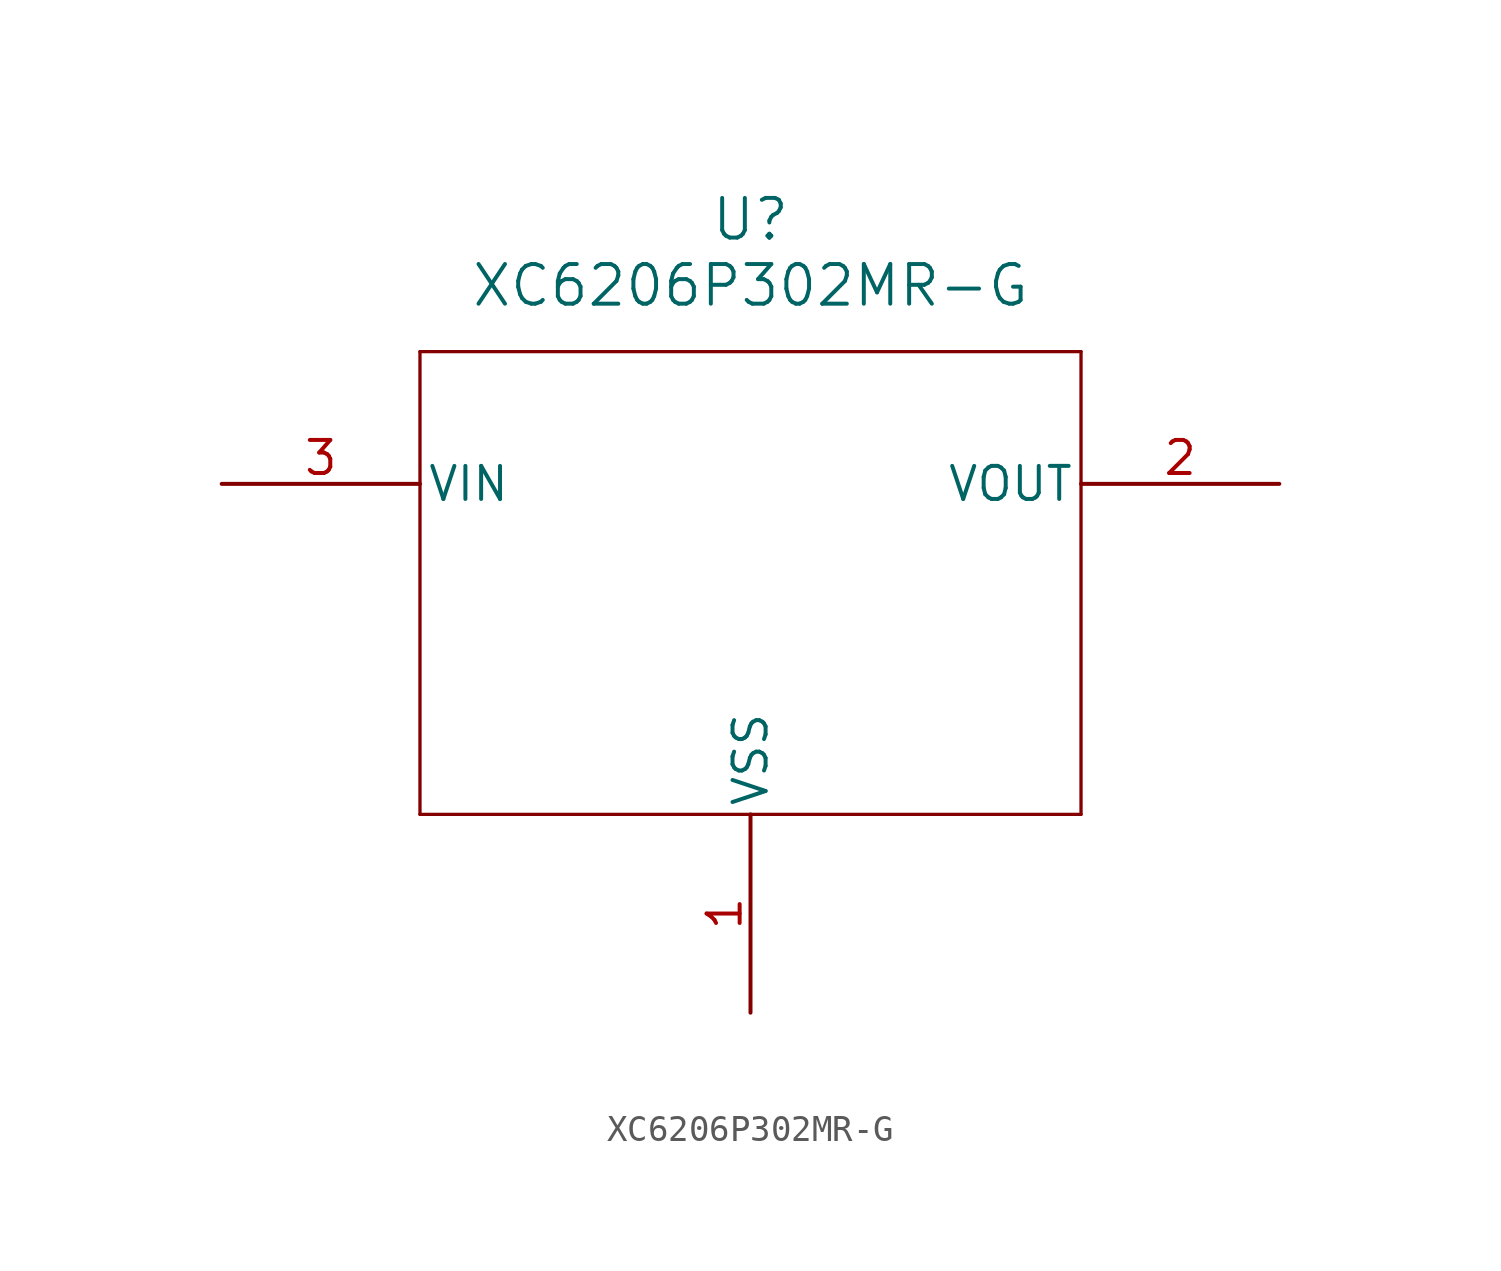
<source format=kicad_sym>
(kicad_symbol_lib
  (version 20211014)
  (generator kicad_symbol_editor)
  (symbol "XC6206P302MR-G"
    (pin_names
      (offset 0.254))
    (property "Reference" "U"
      (at 20.32 10.16 0)
      (effects (font (size 1.524 1.524))))
    (property "Value" "XC6206P302MR-G"
      (at 20.32 7.62 0)
      (effects (font (size 1.524 1.524))))
    (symbol "XC6206P302MR-G_0_1"
      (polyline (pts (xy 7.62 5.08) (xy 7.62 -12.7)) (stroke (width 0.127) (type default) (color 0 0 0 0)) (fill (type none)))
      (polyline (pts (xy 7.62 -12.7) (xy 33.02 -12.7)) (stroke (width 0.127) (type default) (color 0 0 0 0)) (fill (type none)))
      (polyline (pts (xy 33.02 -12.7) (xy 33.02 5.08)) (stroke (width 0.127) (type default) (color 0 0 0 0)) (fill (type none)))
      (polyline (pts (xy 33.02 5.08) (xy 7.62 5.08)) (stroke (width 0.127) (type default) (color 0 0 0 0)) (fill (type none)))
      (pin power_out line (at 20.32 -20.32 90) (length 7.62) (name "VSS" (effects (font (size 1.27 1.27)))) (number "1" (effects (font (size 1.27 1.27)))))
      (pin output line (at 40.64 0 180) (length 7.62) (name "VOUT" (effects (font (size 1.27 1.27)))) (number "2" (effects (font (size 1.27 1.27)))))
      (pin power_in line (at 0 0 0) (length 7.62) (name "VIN" (effects (font (size 1.27 1.27)))) (number "3" (effects (font (size 1.27 1.27))))))))
</source>
